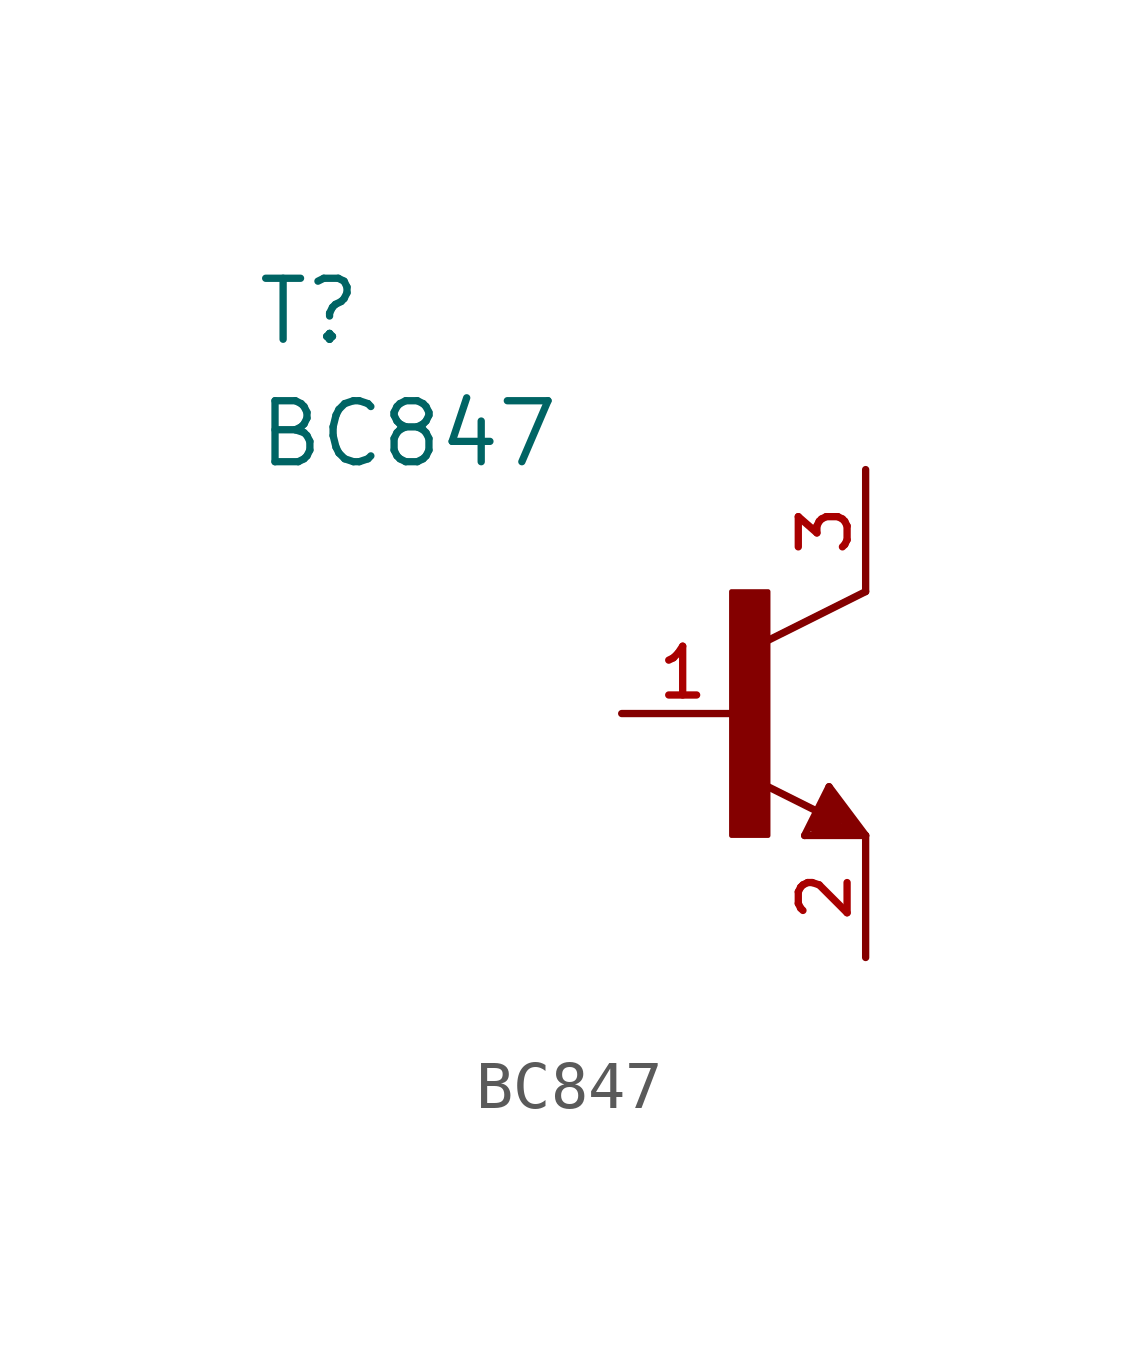
<source format=kicad_sym>
(kicad_symbol_lib
  (version 20211014)
  (generator kicad_symbol_editor)
  (symbol "BC847"
    (pin_names
      (offset 1.016))
    (property "Reference" "T"
      (at -10.175 7.631 0)
      (effects (font (size 1.27 1.27)) (justify bottom left)))
    (property "Value" "BC847"
      (at -10.162 5.081 0)
      (effects (font (size 1.27 1.27)) (justify bottom left)))
    (symbol "BC847_0_0"
      (polyline (pts (xy 2.54 2.54) (xy 0.508 1.524)) (stroke (width 0.152)))
      (polyline (pts (xy 1.778 -1.524) (xy 2.54 -2.54)) (stroke (width 0.152)))
      (polyline (pts (xy 2.54 -2.54) (xy 1.27 -2.54)) (stroke (width 0.152)))
      (polyline (pts (xy 1.27 -2.54) (xy 1.778 -1.524)) (stroke (width 0.152)))
      (polyline (pts (xy 1.54 -2.04) (xy 0.308 -1.424)) (stroke (width 0.152)))
      (polyline (pts (xy 1.524 -2.413) (xy 2.286 -2.413)) (stroke (width 0.254)))
      (polyline (pts (xy 2.286 -2.413) (xy 1.778 -1.778)) (stroke (width 0.254)))
      (polyline (pts (xy 1.778 -1.778) (xy 1.524 -2.286)) (stroke (width 0.254)))
      (polyline (pts (xy 1.524 -2.286) (xy 1.905 -2.286)) (stroke (width 0.254)))
      (polyline (pts (xy 1.905 -2.286) (xy 1.778 -2.032)) (stroke (width 0.254)))
      (rectangle (start -0.254 -2.541) (end 0.508 2.54) (stroke (width 0.1)) (fill (type outline)))
      (pin passive line (at -2.54 0.0 0) (length 2.54) (name "~" (effects (font (size 1.016 1.016)))) (number "1" (effects (font (size 1.016 1.016)))))
      (pin passive line (at 2.54 -5.08 90.0) (length 2.54) (name "~" (effects (font (size 1.016 1.016)))) (number "2" (effects (font (size 1.016 1.016)))))
      (pin passive line (at 2.54 5.08 270.0) (length 2.54) (name "~" (effects (font (size 1.016 1.016)))) (number "3" (effects (font (size 1.016 1.016))))))))
</source>
